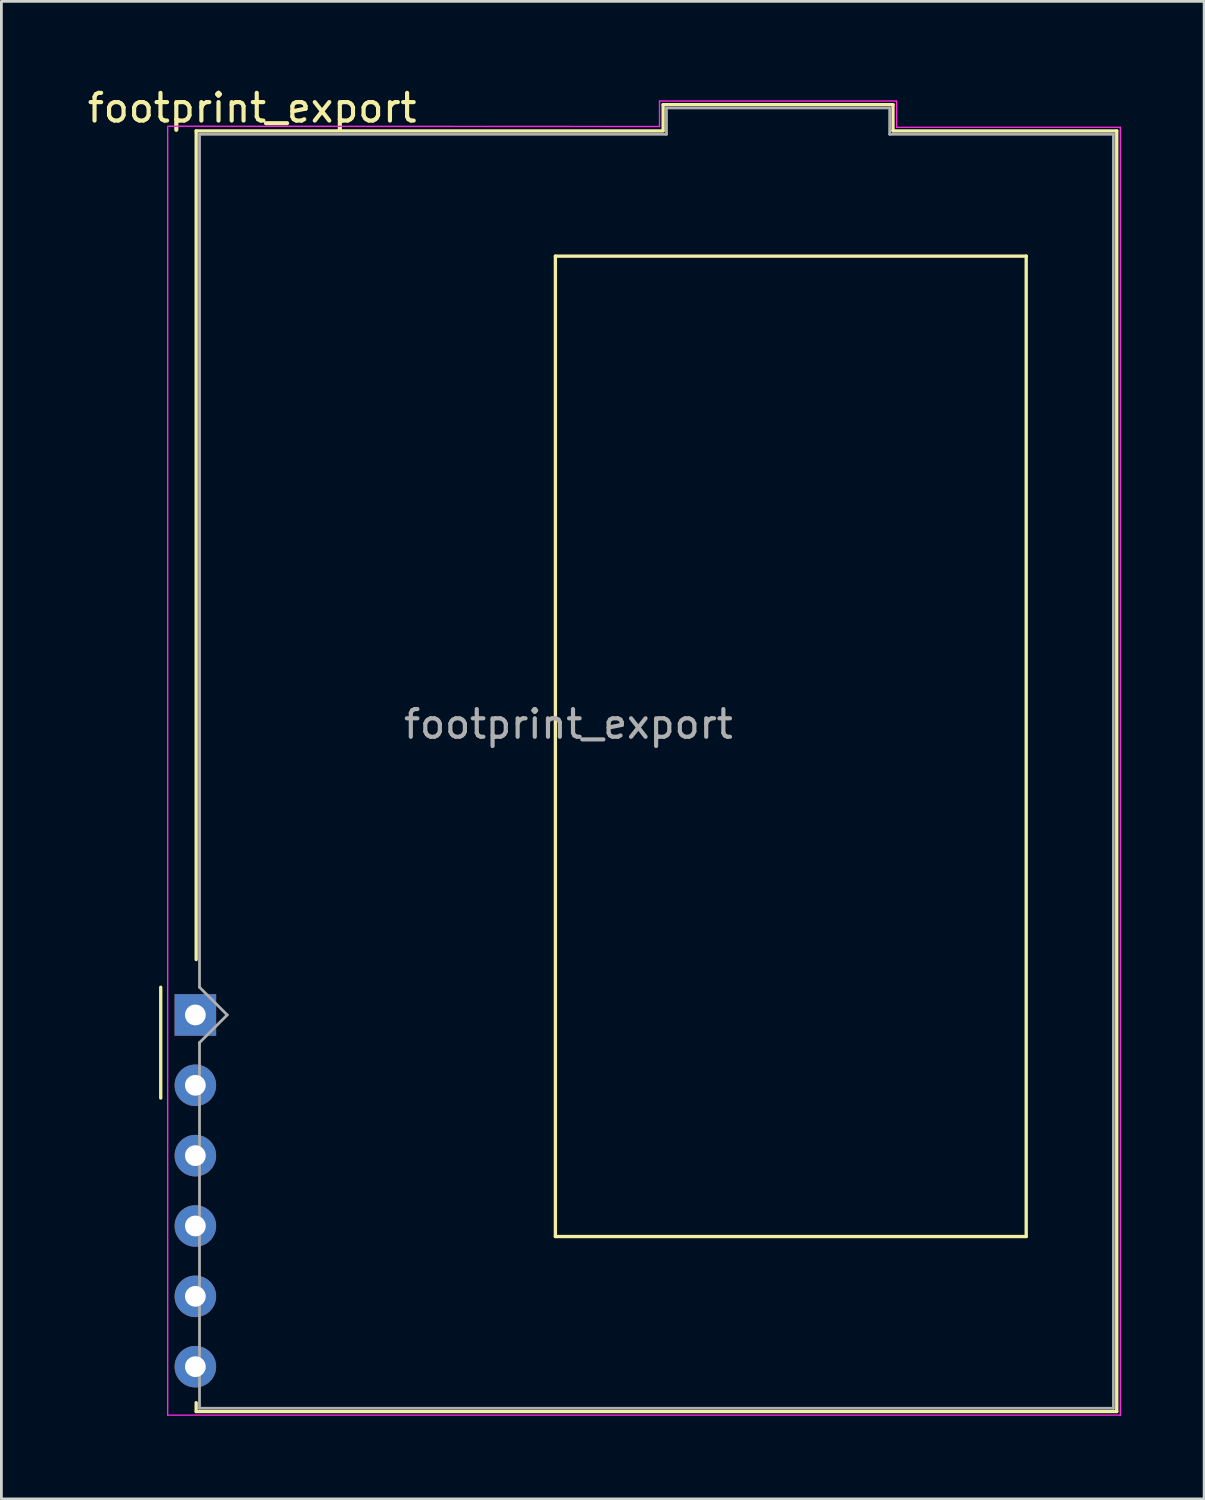
<source format=kicad_pcb>
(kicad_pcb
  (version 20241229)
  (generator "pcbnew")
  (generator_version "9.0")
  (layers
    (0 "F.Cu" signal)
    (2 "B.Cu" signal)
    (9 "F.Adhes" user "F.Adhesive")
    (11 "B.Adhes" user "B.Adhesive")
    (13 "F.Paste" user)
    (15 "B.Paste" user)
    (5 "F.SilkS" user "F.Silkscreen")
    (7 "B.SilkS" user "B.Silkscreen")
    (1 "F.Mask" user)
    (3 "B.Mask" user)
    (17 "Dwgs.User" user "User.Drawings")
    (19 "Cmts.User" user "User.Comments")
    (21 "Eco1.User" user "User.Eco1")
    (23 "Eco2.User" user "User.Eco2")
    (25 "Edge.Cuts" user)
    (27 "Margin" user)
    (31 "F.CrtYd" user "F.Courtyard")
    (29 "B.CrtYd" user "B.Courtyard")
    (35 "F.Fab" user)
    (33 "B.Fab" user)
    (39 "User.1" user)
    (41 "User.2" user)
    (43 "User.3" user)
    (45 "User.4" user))
  (footprint "footprint_export"
    (layer "F.Cu")
    (at 4.004 33.598)
    (property "Reference" "footprint_export" (at 2.05 -32.75 0) (layer "F.SilkS") (effects (font (size 1 1) (thickness 0.15))))
    (attr through_hole)
    (fp_line (start -1.25 -1) (end -1.25 3) (stroke (width 0.12) (type solid)) (layer "F.SilkS"))
    (fp_line (start 0.03 -31.92) (end 0.03 -2) (stroke (width 0.12) (type solid)) (layer "F.SilkS"))
    (fp_line (start 0.03 -31.92) (end 16.89 -31.92) (stroke (width 0.12) (type solid)) (layer "F.SilkS"))
    (fp_line (start 0.03 14.32) (end 0.03 14) (stroke (width 0.12) (type solid)) (layer "F.SilkS"))
    (fp_line (start 13 -27.4) (end 30 -27.4) (stroke (width 0.12) (type solid)) (layer "F.SilkS"))
    (fp_line (start 13 8) (end 13 -27.4) (stroke (width 0.12) (type solid)) (layer "F.SilkS"))
    (fp_line (start 13 8) (end 30 8) (stroke (width 0.12) (type solid)) (layer "F.SilkS"))
    (fp_line (start 16.89 -32.87) (end 16.89 -31.94) (stroke (width 0.12) (type solid)) (layer "F.SilkS"))
    (fp_line (start 25.19 -32.87) (end 16.89 -32.87) (stroke (width 0.12) (type solid)) (layer "F.SilkS"))
    (fp_line (start 25.19 -31.93) (end 25.19 -32.87) (stroke (width 0.12) (type solid)) (layer "F.SilkS"))
    (fp_line (start 25.19 -31.92) (end 33.27 -31.92) (stroke (width 0.12) (type solid)) (layer "F.SilkS"))
    (fp_line (start 30 -27.4) (end 30 8) (stroke (width 0.12) (type solid)) (layer "F.SilkS"))
    (fp_line (start 33.27 -31.92) (end 33.27 14.32) (stroke (width 0.12) (type solid)) (layer "F.SilkS"))
    (fp_line (start 33.27 14.32) (end 0.03 14.32) (stroke (width 0.12) (type solid)) (layer "F.SilkS"))
    (fp_line (start -1 14.45) (end -1 -32.05) (stroke (width 0.05) (type solid)) (layer "F.CrtYd"))
    (fp_line (start 16.76 -33) (end 16.76 -32.08) (stroke (width 0.05) (type solid)) (layer "F.CrtYd"))
    (fp_line (start 16.76 -32.08) (end -1 -32.09) (stroke (width 0.05) (type solid)) (layer "F.CrtYd"))
    (fp_line (start 25.31 -33) (end 16.76 -33) (stroke (width 0.05) (type solid)) (layer "F.CrtYd"))
    (fp_line (start 25.32 -32.06) (end 25.32 -33) (stroke (width 0.05) (type solid)) (layer "F.CrtYd"))
    (fp_line (start 25.32 -32.05) (end 33.4 -32.05) (stroke (width 0.05) (type solid)) (layer "F.CrtYd"))
    (fp_line (start 33.4 -32.05) (end 33.4 14.45) (stroke (width 0.05) (type solid)) (layer "F.CrtYd"))
    (fp_line (start 33.4 14.45) (end -1 14.45) (stroke (width 0.05) (type solid)) (layer "F.CrtYd"))
    (fp_line (start 0.15 -31.8) (end 17.01 -31.8) (stroke (width 0.1) (type solid)) (layer "F.Fab"))
    (fp_line (start 0.15 -1) (end 0.15 -31.8) (stroke (width 0.1) (type solid)) (layer "F.Fab"))
    (fp_line (start 0.15 -1) (end 1.15 0) (stroke (width 0.1) (type solid)) (layer "F.Fab"))
    (fp_line (start 0.15 1) (end 0.15 14.2) (stroke (width 0.1) (type solid)) (layer "F.Fab"))
    (fp_line (start 0.15 14.2) (end 33.15 14.2) (stroke (width 0.1) (type solid)) (layer "F.Fab"))
    (fp_line (start 1.15 0) (end 0.15 1) (stroke (width 0.1) (type solid)) (layer "F.Fab"))
    (fp_line (start 17.01 -32.75) (end 17.01 -31.8) (stroke (width 0.1) (type solid)) (layer "F.Fab"))
    (fp_line (start 25.07 -32.75) (end 17.01 -32.75) (stroke (width 0.1) (type solid)) (layer "F.Fab"))
    (fp_line (start 25.07 -31.8) (end 25.07 -32.75) (stroke (width 0.1) (type solid)) (layer "F.Fab"))
    (fp_line (start 25.07 -31.8) (end 33.15 -31.8) (stroke (width 0.1) (type solid)) (layer "F.Fab"))
    (fp_line (start 33.15 -31.8) (end 33.15 14.2) (stroke (width 0.1) (type solid)) (layer "F.Fab"))
    (fp_text user "${REFERENCE}" (at 13.47 -10.5 0) (layer "F.Fab") (effects (font (size 1 1) (thickness 0.15))))
    (pad "1" thru_hole rect (at 0 0) (size 1.5 1.5) (drill 0.75) (layers "*.Cu" "*.Mask"))
    (pad "2" thru_hole circle (at 0 2.54) (size 1.5 1.5) (drill 0.75) (layers "*.Cu" "*.Mask"))
    (pad "3" thru_hole circle (at 0 5.08) (size 1.5 1.5) (drill 0.75) (layers "*.Cu" "*.Mask"))
    (pad "4" thru_hole circle (at 0 7.62) (size 1.5 1.5) (drill 0.75) (layers "*.Cu" "*.Mask"))
    (pad "5" thru_hole circle (at 0 10.16) (size 1.5 1.5) (drill 0.75) (layers "*.Cu" "*.Mask"))
    (pad "6" thru_hole circle (at 0 12.7) (size 1.5 1.5) (drill 0.75) (layers "*.Cu" "*.Mask")))
  (gr_rect
    (start -3 -3)
    (end 40.429 51.073)
    (stroke (width 0.1) (type default))
    (fill no)
    (layer "Edge.Cuts")))
</source>
